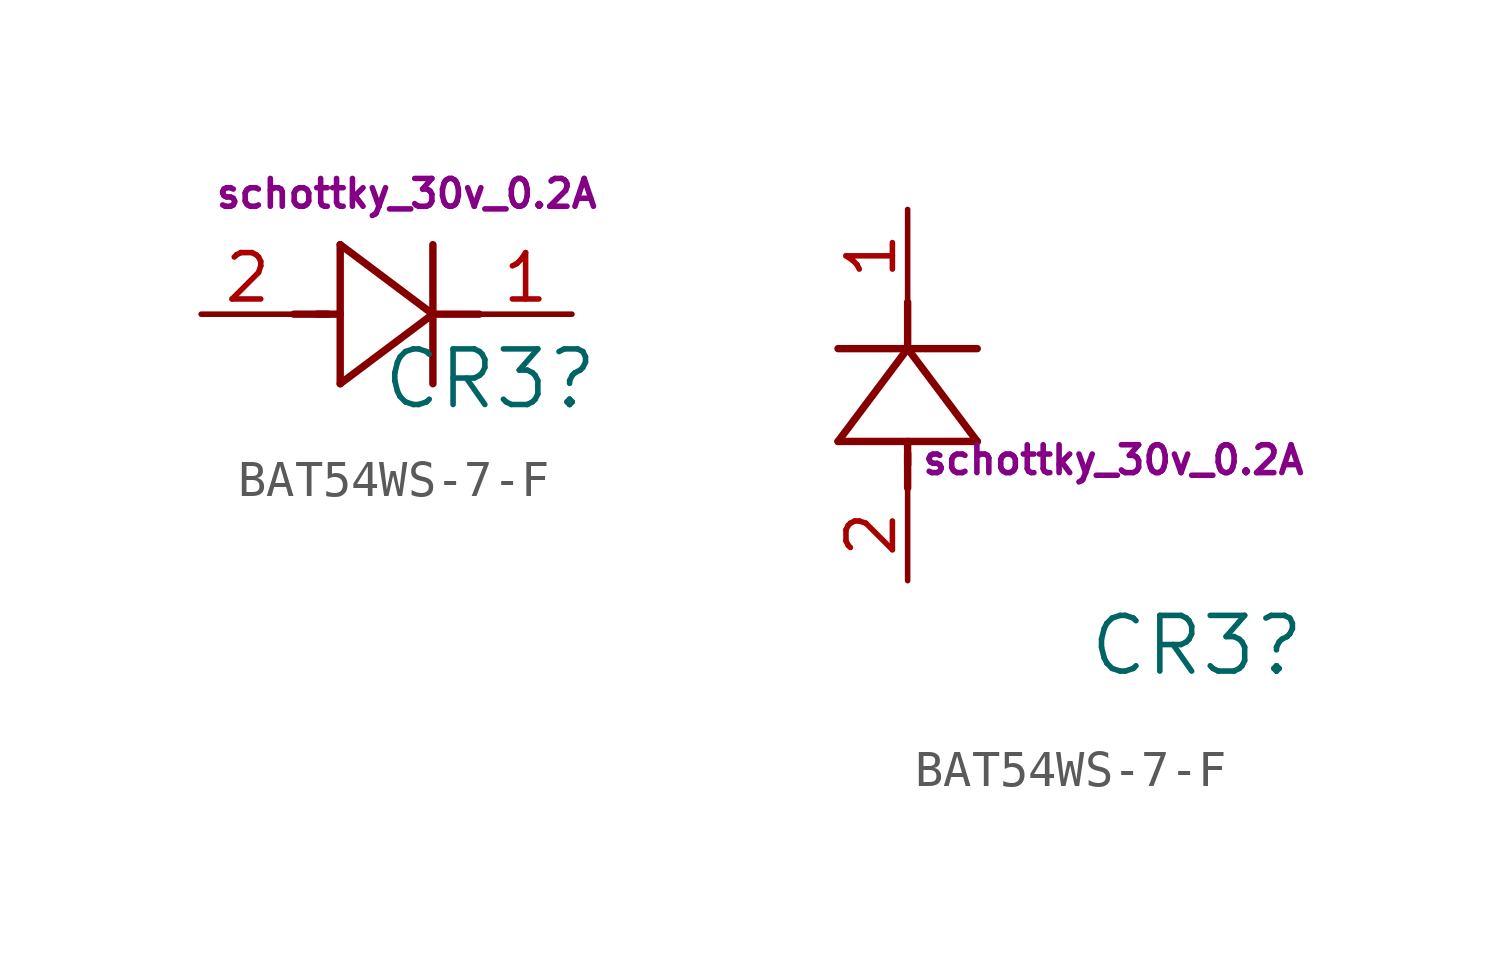
<source format=kicad_sym>
(kicad_symbol_lib
  (version 20231120)
  (generator "kicad_symbol_editor")
  (generator_version "8.0")
  (symbol "BAT54WS-7-F"
    (pin_names
      (offset 0.254))
    (property "Reference" "CR3"
      (at 10.922 -1.778 0)
      (effects (font (size 1.524 1.524)) (justify right)))
    (property "DIODE_schottky" "schottky_30v_0.2A"
      (at 10.922 3.302 0)
      (effects (font (size 0.762 0.762)) (justify right)))
    (symbol "BAT54WS-7-F_1_1"
      (polyline (pts (xy 2.54 0) (xy 3.48 0)) (stroke (width 0.203) (type default)) (fill (type none)))
      (polyline (pts (xy 3.175 0) (xy 3.81 0)) (stroke (width 0.203) (type default)) (fill (type none)))
      (polyline (pts (xy 3.81 -1.905) (xy 6.35 0)) (stroke (width 0.203) (type default)) (fill (type none)))
      (polyline (pts (xy 3.81 1.905) (xy 3.81 -1.905)) (stroke (width 0.203) (type default)) (fill (type none)))
      (polyline (pts (xy 6.35 -1.905) (xy 6.35 1.905)) (stroke (width 0.203) (type default)) (fill (type none)))
      (polyline (pts (xy 6.35 0) (xy 3.81 1.905)) (stroke (width 0.203) (type default)) (fill (type none)))
      (polyline (pts (xy 6.35 0) (xy 7.62 0)) (stroke (width 0.203) (type default)) (fill (type none)))
      (pin passive line (at 10.16 0 180) (length 2.54) (name "" (effects (font (size 1.27 1.27)))) (number "1" (effects (font (size 1.27 1.27)))))
      (pin passive line (at 0 0 0) (length 2.54) (name "" (effects (font (size 1.27 1.27)))) (number "2" (effects (font (size 1.27 1.27))))))
    (symbol "BAT54WS-7-F_1_2"
      (polyline (pts (xy -1.905 3.81) (xy 1.905 3.81)) (stroke (width 0.203) (type default)) (fill (type none)))
      (polyline (pts (xy 0 2.54) (xy 0 3.48)) (stroke (width 0.203) (type default)) (fill (type none)))
      (polyline (pts (xy 0 3.175) (xy 0 3.81)) (stroke (width 0.203) (type default)) (fill (type none)))
      (polyline (pts (xy 0 6.35) (xy -1.905 3.81)) (stroke (width 0.203) (type default)) (fill (type none)))
      (polyline (pts (xy 0 6.35) (xy 0 7.62)) (stroke (width 0.203) (type default)) (fill (type none)))
      (polyline (pts (xy 1.905 3.81) (xy 0 6.35)) (stroke (width 0.203) (type default)) (fill (type none)))
      (polyline (pts (xy 1.905 6.35) (xy -1.905 6.35)) (stroke (width 0.203) (type default)) (fill (type none)))
      (pin unspecified line (at 0 10.16 270) (length 2.54) (name "" (effects (font (size 1.27 1.27)))) (number "1" (effects (font (size 1.27 1.27)))))
      (pin unspecified line (at 0 0 90) (length 2.54) (name "" (effects (font (size 1.27 1.27)))) (number "2" (effects (font (size 1.27 1.27))))))))
</source>
